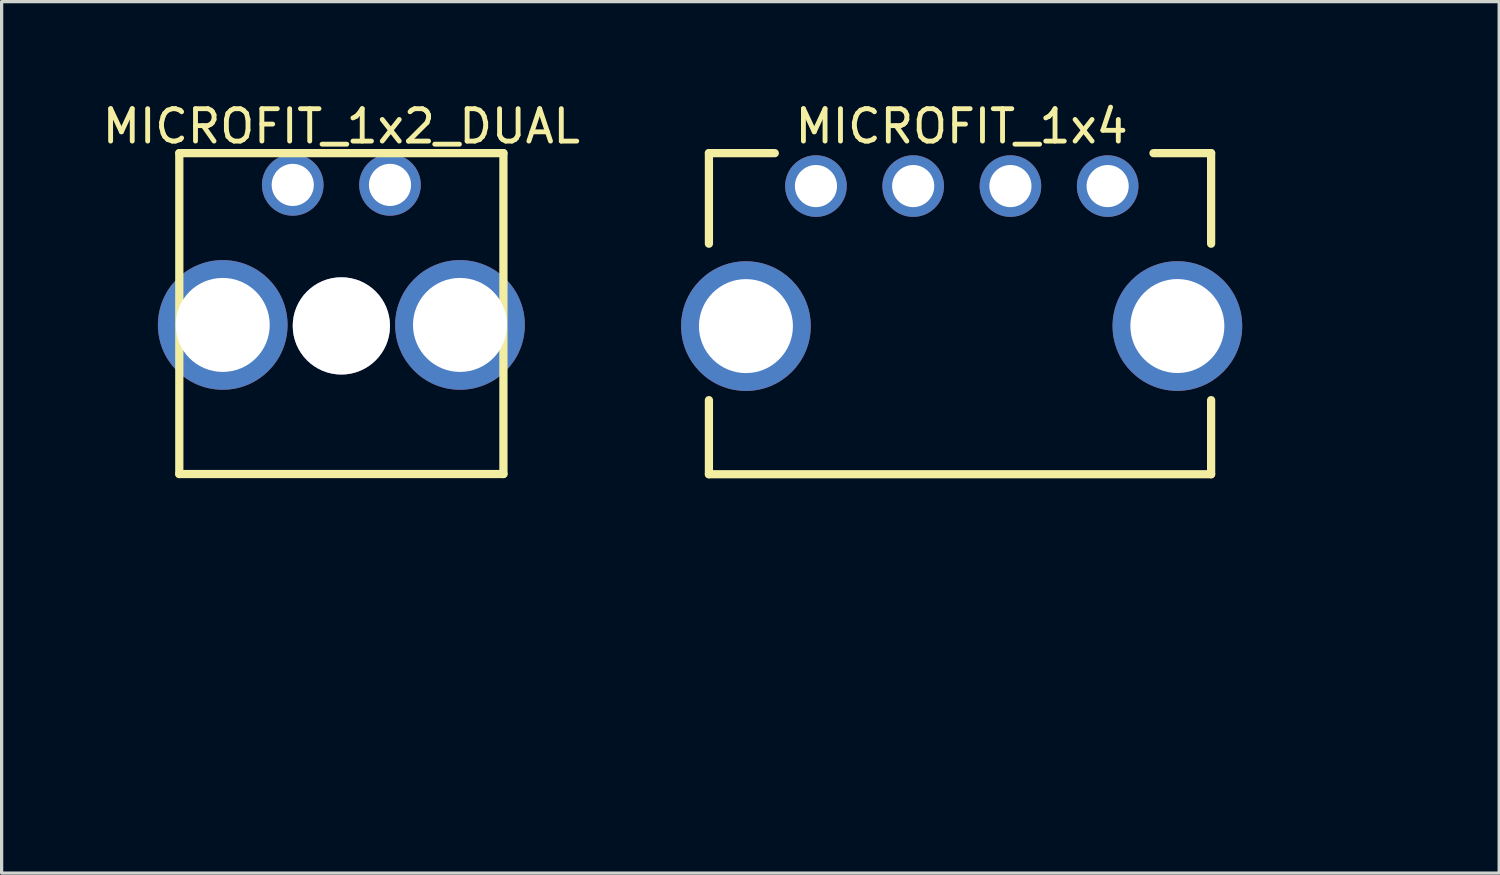
<source format=kicad_pcb>
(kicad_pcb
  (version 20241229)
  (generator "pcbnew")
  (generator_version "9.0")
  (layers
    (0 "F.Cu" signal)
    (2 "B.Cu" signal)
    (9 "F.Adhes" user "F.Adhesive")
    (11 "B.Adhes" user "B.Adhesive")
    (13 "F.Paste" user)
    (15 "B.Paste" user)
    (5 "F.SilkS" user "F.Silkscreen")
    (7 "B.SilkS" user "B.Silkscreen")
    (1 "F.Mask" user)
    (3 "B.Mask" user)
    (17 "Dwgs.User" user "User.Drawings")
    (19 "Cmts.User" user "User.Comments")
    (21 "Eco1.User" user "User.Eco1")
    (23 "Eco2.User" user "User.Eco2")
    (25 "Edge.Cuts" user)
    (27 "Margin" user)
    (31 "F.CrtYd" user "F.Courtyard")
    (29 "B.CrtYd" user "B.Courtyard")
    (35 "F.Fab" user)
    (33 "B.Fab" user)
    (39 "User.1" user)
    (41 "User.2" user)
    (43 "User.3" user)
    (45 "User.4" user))
  (footprint "MICROFIT_1x4"
    (layer "F.Cu")
    (at 22.124 2.691)
    (property "Reference" "MICROFIT_1x4" (at 4.495 -1.843 0) (layer "F.SilkS") (effects (font (size 1 1) (thickness 0.15))))
    (fp_line (start -3.302 -1.016) (end -1.27 -1.016) (stroke (width 0.254) (type solid)) (layer "F.SilkS"))
    (fp_line (start -3.302 1.778) (end -3.302 -1.016) (stroke (width 0.254) (type solid)) (layer "F.SilkS"))
    (fp_line (start -3.302 8.89) (end -3.302 6.604) (stroke (width 0.254) (type solid)) (layer "F.SilkS"))
    (fp_line (start -3.302 8.89) (end 12.192 8.89) (stroke (width 0.254) (type solid)) (layer "F.SilkS"))
    (fp_line (start 10.414 -1.016) (end 12.192 -1.016) (stroke (width 0.254) (type solid)) (layer "F.SilkS"))
    (fp_line (start 12.192 1.778) (end 12.192 -1.016) (stroke (width 0.254) (type solid)) (layer "F.SilkS"))
    (fp_line (start 12.192 8.89) (end 12.192 6.604) (stroke (width 0.254) (type solid)) (layer "F.SilkS"))
    (fp_line (start -3.302 -1.016) (end 12.192 -1.016) (stroke (width 0.254) (type solid)) (layer "Eco2.User"))
    (fp_line (start -3.302 8.89) (end -3.302 -1.016) (stroke (width 0.254) (type solid)) (layer "Eco2.User"))
    (fp_line (start -3.302 8.89) (end 12.192 8.89) (stroke (width 0.254) (type solid)) (layer "Eco2.User"))
    (fp_line (start 12.192 8.89) (end 12.192 -1.016) (stroke (width 0.254) (type solid)) (layer "Eco2.User"))
    (fp_text_box "${REFERENCE}" (start 2.286 2.033) (end 18.029 4.572) (margins 0 0 0 0) (layer "Eco2.User") (effects (font (size 1.524 1.524) (thickness 0.254)) (justify left top)) (border no) (stroke (width 0.1) (type default)))
    (pad "" thru_hole circle (at -2.16 4.32) (size 4 4) (drill 2.9) (layers "*.Cu" "*.Mask"))
    (pad "" thru_hole circle (at 11.151 4.318) (size 4 4) (drill 2.9) (layers "*.Cu" "*.Mask"))
    (pad "1" thru_hole circle (at 0 0) (size 1.9 1.9) (drill 1.3) (layers "*.Cu" "*.Mask"))
    (pad "2" thru_hole circle (at 3 0) (size 1.9 1.9) (drill 1.3) (layers "*.Cu" "*.Mask"))
    (pad "3" thru_hole circle (at 6 0) (size 1.9 1.9) (drill 1.3) (layers "*.Cu" "*.Mask"))
    (pad "4" thru_hole circle (at 9 0) (size 1.9 1.9) (drill 1.3) (layers "*.Cu" "*.Mask")))
  (footprint "MICROFIT_1x2_DUAL"
    (layer "F.Cu")
    (at 7.482 2.655)
    (property "Reference" "MICROFIT_1x2_DUAL" (at 0 -1.807 0) (layer "F.SilkS") (effects (font (size 1 1) (thickness 0.15))))
    (fp_line (start -5 -0.98) (end 5 -0.98) (stroke (width 0.254) (type solid)) (layer "F.SilkS"))
    (fp_line (start -5 8.92) (end -5 -0.98) (stroke (width 0.254) (type solid)) (layer "F.SilkS"))
    (fp_line (start -5 8.92) (end 5 8.92) (stroke (width 0.254) (type solid)) (layer "F.SilkS"))
    (fp_line (start 5 8.92) (end 5 -0.98) (stroke (width 0.254) (type solid)) (layer "F.SilkS"))
    (fp_line (start -4.978 -0.965) (end 5.004 -0.965) (stroke (width 0.254) (type solid)) (layer "Eco2.User"))
    (fp_line (start -4.978 8.915) (end -4.978 -0.965) (stroke (width 0.254) (type solid)) (layer "Eco2.User"))
    (fp_line (start -4.978 8.915) (end 5.004 8.915) (stroke (width 0.254) (type solid)) (layer "Eco2.User"))
    (fp_line (start 5.004 8.915) (end 5.004 -0.965) (stroke (width 0.254) (type solid)) (layer "Eco2.User"))
    (fp_text_box "${REFERENCE}" (start 1.803 2.438) (end -0.737 18.181) (margins 0 0 0 0) (angle 270) (layer "Eco2.User") (effects (font (size 1.524 1.524) (thickness 0.254)) (justify left top)) (border no) (stroke (width 0.1) (type default)))
    (pad "" thru_hole circle (at -3.66 4.32) (size 4 4) (drill 2.9) (layers "*.Cu" "*.Mask"))
    (pad "" thru_hole circle (at 0 4.35) (size 3 3) (drill 3) (layers "*.Cu" "*.Mask"))
    (pad "" thru_hole circle (at 3.66 4.32) (size 4 4) (drill 2.9) (layers "*.Cu" "*.Mask"))
    (pad "1" thru_hole circle (at -1.5 0) (size 1.9 1.9) (drill 1.3) (layers "*.Cu" "*.Mask"))
    (pad "2" thru_hole circle (at 1.5 0) (size 1.9 1.9) (drill 1.3) (layers "*.Cu" "*.Mask")))
  (gr_rect
    (start -3 -3)
    (end 43.203 23.887)
    (stroke (width 0.1) (type default))
    (fill no)
    (layer "Edge.Cuts")))
</source>
